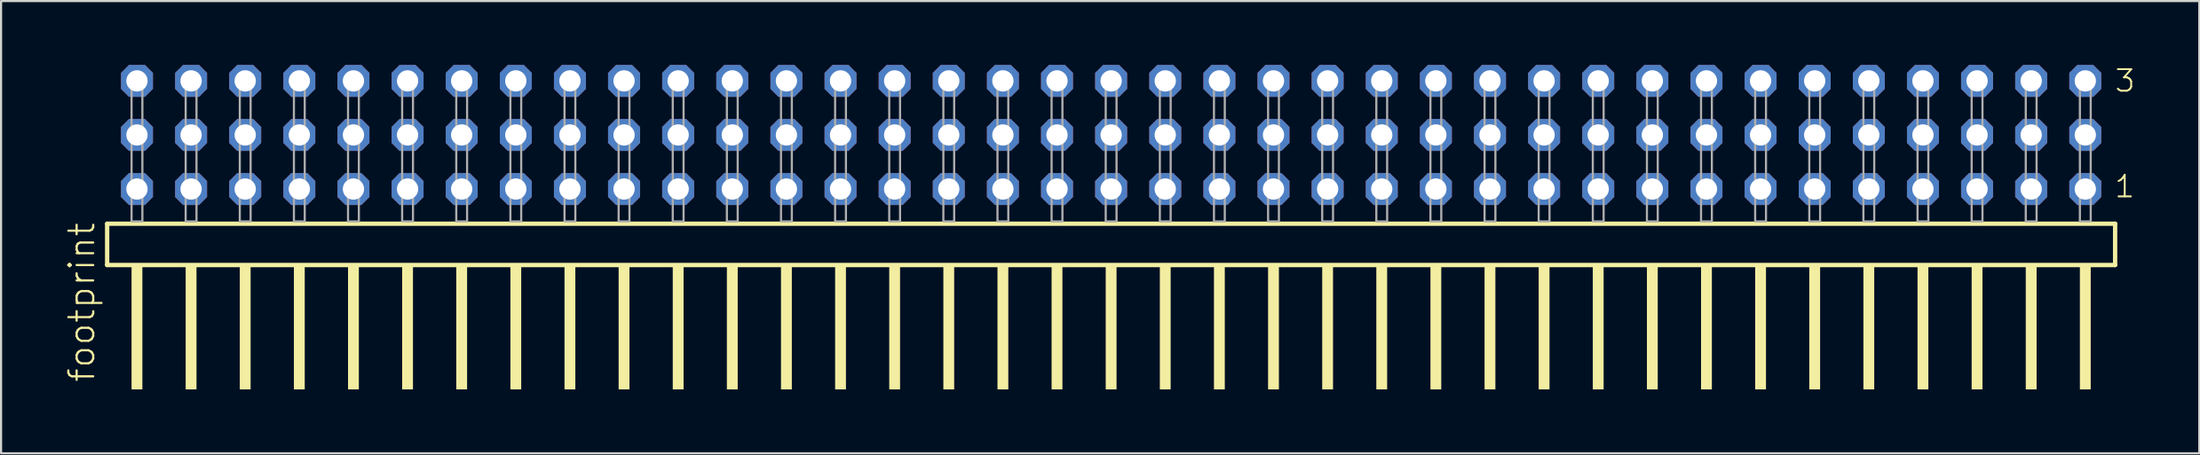
<source format=kicad_pcb>
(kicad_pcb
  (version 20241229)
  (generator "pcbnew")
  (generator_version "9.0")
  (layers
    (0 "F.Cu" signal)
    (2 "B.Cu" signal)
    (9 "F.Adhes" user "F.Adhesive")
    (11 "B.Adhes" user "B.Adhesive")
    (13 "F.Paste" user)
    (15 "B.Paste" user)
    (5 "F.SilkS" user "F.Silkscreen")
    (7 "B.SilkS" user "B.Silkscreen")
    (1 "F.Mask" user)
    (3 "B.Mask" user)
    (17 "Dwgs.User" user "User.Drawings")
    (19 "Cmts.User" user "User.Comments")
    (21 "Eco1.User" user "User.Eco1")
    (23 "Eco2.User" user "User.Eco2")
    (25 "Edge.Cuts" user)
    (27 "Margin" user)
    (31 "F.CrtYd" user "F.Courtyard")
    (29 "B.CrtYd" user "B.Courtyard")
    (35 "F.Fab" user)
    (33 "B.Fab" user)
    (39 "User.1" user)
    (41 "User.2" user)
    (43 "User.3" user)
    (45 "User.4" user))
  (footprint "footprint"
    (layer "F.Cu")
    (at 49.098 7.354)
    (property "Reference" "footprint" (at -47.625 7.62 90) (layer "F.SilkS") (effects (font (size 1.168 1.168) (thickness 0.102)) (justify left bottom)))
    (fp_line (start -47.119 0.106) (end -47.119 2.046) (stroke (width 0.203) (type solid)) (layer "F.SilkS"))
    (fp_line (start -47.119 2.046) (end 47.119 2.046) (stroke (width 0.203) (type solid)) (layer "F.SilkS"))
    (fp_line (start 47.119 0.106) (end -47.119 0.106) (stroke (width 0.203) (type solid)) (layer "F.SilkS"))
    (fp_line (start 47.119 2.046) (end 47.119 0.106) (stroke (width 0.203) (type solid)) (layer "F.SilkS"))
    (fp_poly (pts (xy -45.974 7.89) (xy -45.466 7.89) (xy -45.466 2.04) (xy -45.974 2.04)) (stroke (width 0) (type solid)) (fill yes) (layer "F.SilkS"))
    (fp_poly (pts (xy -43.434 7.89) (xy -42.926 7.89) (xy -42.926 2.04) (xy -43.434 2.04)) (stroke (width 0) (type solid)) (fill yes) (layer "F.SilkS"))
    (fp_poly (pts (xy -40.894 7.89) (xy -40.386 7.89) (xy -40.386 2.04) (xy -40.894 2.04)) (stroke (width 0) (type solid)) (fill yes) (layer "F.SilkS"))
    (fp_poly (pts (xy -38.354 7.89) (xy -37.846 7.89) (xy -37.846 2.04) (xy -38.354 2.04)) (stroke (width 0) (type solid)) (fill yes) (layer "F.SilkS"))
    (fp_poly (pts (xy -35.814 7.89) (xy -35.306 7.89) (xy -35.306 2.04) (xy -35.814 2.04)) (stroke (width 0) (type solid)) (fill yes) (layer "F.SilkS"))
    (fp_poly (pts (xy -33.274 7.89) (xy -32.766 7.89) (xy -32.766 2.04) (xy -33.274 2.04)) (stroke (width 0) (type solid)) (fill yes) (layer "F.SilkS"))
    (fp_poly (pts (xy -30.734 7.89) (xy -30.226 7.89) (xy -30.226 2.04) (xy -30.734 2.04)) (stroke (width 0) (type solid)) (fill yes) (layer "F.SilkS"))
    (fp_poly (pts (xy -28.194 7.89) (xy -27.686 7.89) (xy -27.686 2.04) (xy -28.194 2.04)) (stroke (width 0) (type solid)) (fill yes) (layer "F.SilkS"))
    (fp_poly (pts (xy -25.654 7.89) (xy -25.146 7.89) (xy -25.146 2.04) (xy -25.654 2.04)) (stroke (width 0) (type solid)) (fill yes) (layer "F.SilkS"))
    (fp_poly (pts (xy -23.114 7.89) (xy -22.606 7.89) (xy -22.606 2.04) (xy -23.114 2.04)) (stroke (width 0) (type solid)) (fill yes) (layer "F.SilkS"))
    (fp_poly (pts (xy -20.574 7.89) (xy -20.066 7.89) (xy -20.066 2.04) (xy -20.574 2.04)) (stroke (width 0) (type solid)) (fill yes) (layer "F.SilkS"))
    (fp_poly (pts (xy -18.034 7.89) (xy -17.526 7.89) (xy -17.526 2.04) (xy -18.034 2.04)) (stroke (width 0) (type solid)) (fill yes) (layer "F.SilkS"))
    (fp_poly (pts (xy -15.494 7.89) (xy -14.986 7.89) (xy -14.986 2.04) (xy -15.494 2.04)) (stroke (width 0) (type solid)) (fill yes) (layer "F.SilkS"))
    (fp_poly (pts (xy -12.954 7.89) (xy -12.446 7.89) (xy -12.446 2.04) (xy -12.954 2.04)) (stroke (width 0) (type solid)) (fill yes) (layer "F.SilkS"))
    (fp_poly (pts (xy -10.414 7.89) (xy -9.906 7.89) (xy -9.906 2.04) (xy -10.414 2.04)) (stroke (width 0) (type solid)) (fill yes) (layer "F.SilkS"))
    (fp_poly (pts (xy -7.874 7.89) (xy -7.366 7.89) (xy -7.366 2.04) (xy -7.874 2.04)) (stroke (width 0) (type solid)) (fill yes) (layer "F.SilkS"))
    (fp_poly (pts (xy -5.334 7.89) (xy -4.826 7.89) (xy -4.826 2.04) (xy -5.334 2.04)) (stroke (width 0) (type solid)) (fill yes) (layer "F.SilkS"))
    (fp_poly (pts (xy -2.794 7.89) (xy -2.286 7.89) (xy -2.286 2.04) (xy -2.794 2.04)) (stroke (width 0) (type solid)) (fill yes) (layer "F.SilkS"))
    (fp_poly (pts (xy -0.254 7.89) (xy 0.254 7.89) (xy 0.254 2.04) (xy -0.254 2.04)) (stroke (width 0) (type solid)) (fill yes) (layer "F.SilkS"))
    (fp_poly (pts (xy 2.286 7.89) (xy 2.794 7.89) (xy 2.794 2.04) (xy 2.286 2.04)) (stroke (width 0) (type solid)) (fill yes) (layer "F.SilkS"))
    (fp_poly (pts (xy 4.826 7.89) (xy 5.334 7.89) (xy 5.334 2.04) (xy 4.826 2.04)) (stroke (width 0) (type solid)) (fill yes) (layer "F.SilkS"))
    (fp_poly (pts (xy 7.366 7.89) (xy 7.874 7.89) (xy 7.874 2.04) (xy 7.366 2.04)) (stroke (width 0) (type solid)) (fill yes) (layer "F.SilkS"))
    (fp_poly (pts (xy 9.906 7.89) (xy 10.414 7.89) (xy 10.414 2.04) (xy 9.906 2.04)) (stroke (width 0) (type solid)) (fill yes) (layer "F.SilkS"))
    (fp_poly (pts (xy 12.446 7.89) (xy 12.954 7.89) (xy 12.954 2.04) (xy 12.446 2.04)) (stroke (width 0) (type solid)) (fill yes) (layer "F.SilkS"))
    (fp_poly (pts (xy 14.986 7.89) (xy 15.494 7.89) (xy 15.494 2.04) (xy 14.986 2.04)) (stroke (width 0) (type solid)) (fill yes) (layer "F.SilkS"))
    (fp_poly (pts (xy 17.526 7.89) (xy 18.034 7.89) (xy 18.034 2.04) (xy 17.526 2.04)) (stroke (width 0) (type solid)) (fill yes) (layer "F.SilkS"))
    (fp_poly (pts (xy 20.066 7.89) (xy 20.574 7.89) (xy 20.574 2.04) (xy 20.066 2.04)) (stroke (width 0) (type solid)) (fill yes) (layer "F.SilkS"))
    (fp_poly (pts (xy 22.606 7.89) (xy 23.114 7.89) (xy 23.114 2.04) (xy 22.606 2.04)) (stroke (width 0) (type solid)) (fill yes) (layer "F.SilkS"))
    (fp_poly (pts (xy 25.146 7.89) (xy 25.654 7.89) (xy 25.654 2.04) (xy 25.146 2.04)) (stroke (width 0) (type solid)) (fill yes) (layer "F.SilkS"))
    (fp_poly (pts (xy 27.686 7.89) (xy 28.194 7.89) (xy 28.194 2.04) (xy 27.686 2.04)) (stroke (width 0) (type solid)) (fill yes) (layer "F.SilkS"))
    (fp_poly (pts (xy 30.226 7.89) (xy 30.734 7.89) (xy 30.734 2.04) (xy 30.226 2.04)) (stroke (width 0) (type solid)) (fill yes) (layer "F.SilkS"))
    (fp_poly (pts (xy 32.766 7.89) (xy 33.274 7.89) (xy 33.274 2.04) (xy 32.766 2.04)) (stroke (width 0) (type solid)) (fill yes) (layer "F.SilkS"))
    (fp_poly (pts (xy 35.306 7.89) (xy 35.814 7.89) (xy 35.814 2.04) (xy 35.306 2.04)) (stroke (width 0) (type solid)) (fill yes) (layer "F.SilkS"))
    (fp_poly (pts (xy 37.846 7.89) (xy 38.354 7.89) (xy 38.354 2.04) (xy 37.846 2.04)) (stroke (width 0) (type solid)) (fill yes) (layer "F.SilkS"))
    (fp_poly (pts (xy 40.386 7.89) (xy 40.894 7.89) (xy 40.894 2.04) (xy 40.386 2.04)) (stroke (width 0) (type solid)) (fill yes) (layer "F.SilkS"))
    (fp_poly (pts (xy 42.926 7.89) (xy 43.434 7.89) (xy 43.434 2.04) (xy 42.926 2.04)) (stroke (width 0) (type solid)) (fill yes) (layer "F.SilkS"))
    (fp_poly (pts (xy 45.466 7.89) (xy 45.974 7.89) (xy 45.974 2.04) (xy 45.466 2.04)) (stroke (width 0) (type solid)) (fill yes) (layer "F.SilkS"))
    (fp_poly (pts (xy -45.974 0) (xy -45.466 0) (xy -45.466 -6.858) (xy -45.974 -6.858)) (stroke (width 0.1) (type solid)) (fill no) (layer "F.Fab"))
    (fp_poly (pts (xy -43.434 0) (xy -42.926 0) (xy -42.926 -6.858) (xy -43.434 -6.858)) (stroke (width 0.1) (type solid)) (fill no) (layer "F.Fab"))
    (fp_poly (pts (xy -40.894 0) (xy -40.386 0) (xy -40.386 -6.858) (xy -40.894 -6.858)) (stroke (width 0.1) (type solid)) (fill no) (layer "F.Fab"))
    (fp_poly (pts (xy -38.354 0) (xy -37.846 0) (xy -37.846 -6.858) (xy -38.354 -6.858)) (stroke (width 0.1) (type solid)) (fill no) (layer "F.Fab"))
    (fp_poly (pts (xy -35.814 0) (xy -35.306 0) (xy -35.306 -6.858) (xy -35.814 -6.858)) (stroke (width 0.1) (type solid)) (fill no) (layer "F.Fab"))
    (fp_poly (pts (xy -33.274 0) (xy -32.766 0) (xy -32.766 -6.858) (xy -33.274 -6.858)) (stroke (width 0.1) (type solid)) (fill no) (layer "F.Fab"))
    (fp_poly (pts (xy -30.734 0) (xy -30.226 0) (xy -30.226 -6.858) (xy -30.734 -6.858)) (stroke (width 0.1) (type solid)) (fill no) (layer "F.Fab"))
    (fp_poly (pts (xy -28.194 0) (xy -27.686 0) (xy -27.686 -6.858) (xy -28.194 -6.858)) (stroke (width 0.1) (type solid)) (fill no) (layer "F.Fab"))
    (fp_poly (pts (xy -25.654 0) (xy -25.146 0) (xy -25.146 -6.858) (xy -25.654 -6.858)) (stroke (width 0.1) (type solid)) (fill no) (layer "F.Fab"))
    (fp_poly (pts (xy -23.114 0) (xy -22.606 0) (xy -22.606 -6.858) (xy -23.114 -6.858)) (stroke (width 0.1) (type solid)) (fill no) (layer "F.Fab"))
    (fp_poly (pts (xy -20.574 0) (xy -20.066 0) (xy -20.066 -6.858) (xy -20.574 -6.858)) (stroke (width 0.1) (type solid)) (fill no) (layer "F.Fab"))
    (fp_poly (pts (xy -18.034 0) (xy -17.526 0) (xy -17.526 -6.858) (xy -18.034 -6.858)) (stroke (width 0.1) (type solid)) (fill no) (layer "F.Fab"))
    (fp_poly (pts (xy -15.494 0) (xy -14.986 0) (xy -14.986 -6.858) (xy -15.494 -6.858)) (stroke (width 0.1) (type solid)) (fill no) (layer "F.Fab"))
    (fp_poly (pts (xy -12.954 0) (xy -12.446 0) (xy -12.446 -6.858) (xy -12.954 -6.858)) (stroke (width 0.1) (type solid)) (fill no) (layer "F.Fab"))
    (fp_poly (pts (xy -10.414 0) (xy -9.906 0) (xy -9.906 -6.858) (xy -10.414 -6.858)) (stroke (width 0.1) (type solid)) (fill no) (layer "F.Fab"))
    (fp_poly (pts (xy -7.874 0) (xy -7.366 0) (xy -7.366 -6.858) (xy -7.874 -6.858)) (stroke (width 0.1) (type solid)) (fill no) (layer "F.Fab"))
    (fp_poly (pts (xy -5.334 0) (xy -4.826 0) (xy -4.826 -6.858) (xy -5.334 -6.858)) (stroke (width 0.1) (type solid)) (fill no) (layer "F.Fab"))
    (fp_poly (pts (xy -2.794 0) (xy -2.286 0) (xy -2.286 -6.858) (xy -2.794 -6.858)) (stroke (width 0.1) (type solid)) (fill no) (layer "F.Fab"))
    (fp_poly (pts (xy -0.254 0) (xy 0.254 0) (xy 0.254 -6.858) (xy -0.254 -6.858)) (stroke (width 0.1) (type solid)) (fill no) (layer "F.Fab"))
    (fp_poly (pts (xy 2.286 0) (xy 2.794 0) (xy 2.794 -6.858) (xy 2.286 -6.858)) (stroke (width 0.1) (type solid)) (fill no) (layer "F.Fab"))
    (fp_poly (pts (xy 4.826 0) (xy 5.334 0) (xy 5.334 -6.858) (xy 4.826 -6.858)) (stroke (width 0.1) (type solid)) (fill no) (layer "F.Fab"))
    (fp_poly (pts (xy 7.366 0) (xy 7.874 0) (xy 7.874 -6.858) (xy 7.366 -6.858)) (stroke (width 0.1) (type solid)) (fill no) (layer "F.Fab"))
    (fp_poly (pts (xy 9.906 0) (xy 10.414 0) (xy 10.414 -6.858) (xy 9.906 -6.858)) (stroke (width 0.1) (type solid)) (fill no) (layer "F.Fab"))
    (fp_poly (pts (xy 12.446 0) (xy 12.954 0) (xy 12.954 -6.858) (xy 12.446 -6.858)) (stroke (width 0.1) (type solid)) (fill no) (layer "F.Fab"))
    (fp_poly (pts (xy 14.986 0) (xy 15.494 0) (xy 15.494 -6.858) (xy 14.986 -6.858)) (stroke (width 0.1) (type solid)) (fill no) (layer "F.Fab"))
    (fp_poly (pts (xy 17.526 0) (xy 18.034 0) (xy 18.034 -6.858) (xy 17.526 -6.858)) (stroke (width 0.1) (type solid)) (fill no) (layer "F.Fab"))
    (fp_poly (pts (xy 20.066 0) (xy 20.574 0) (xy 20.574 -6.858) (xy 20.066 -6.858)) (stroke (width 0.1) (type solid)) (fill no) (layer "F.Fab"))
    (fp_poly (pts (xy 22.606 0) (xy 23.114 0) (xy 23.114 -6.858) (xy 22.606 -6.858)) (stroke (width 0.1) (type solid)) (fill no) (layer "F.Fab"))
    (fp_poly (pts (xy 25.146 0) (xy 25.654 0) (xy 25.654 -6.858) (xy 25.146 -6.858)) (stroke (width 0.1) (type solid)) (fill no) (layer "F.Fab"))
    (fp_poly (pts (xy 27.686 0) (xy 28.194 0) (xy 28.194 -6.858) (xy 27.686 -6.858)) (stroke (width 0.1) (type solid)) (fill no) (layer "F.Fab"))
    (fp_poly (pts (xy 30.226 0) (xy 30.734 0) (xy 30.734 -6.858) (xy 30.226 -6.858)) (stroke (width 0.1) (type solid)) (fill no) (layer "F.Fab"))
    (fp_poly (pts (xy 32.766 0) (xy 33.274 0) (xy 33.274 -6.858) (xy 32.766 -6.858)) (stroke (width 0.1) (type solid)) (fill no) (layer "F.Fab"))
    (fp_poly (pts (xy 35.306 0) (xy 35.814 0) (xy 35.814 -6.858) (xy 35.306 -6.858)) (stroke (width 0.1) (type solid)) (fill no) (layer "F.Fab"))
    (fp_poly (pts (xy 37.846 0) (xy 38.354 0) (xy 38.354 -6.858) (xy 37.846 -6.858)) (stroke (width 0.1) (type solid)) (fill no) (layer "F.Fab"))
    (fp_poly (pts (xy 40.386 0) (xy 40.894 0) (xy 40.894 -6.858) (xy 40.386 -6.858)) (stroke (width 0.1) (type solid)) (fill no) (layer "F.Fab"))
    (fp_poly (pts (xy 42.926 0) (xy 43.434 0) (xy 43.434 -6.858) (xy 42.926 -6.858)) (stroke (width 0.1) (type solid)) (fill no) (layer "F.Fab"))
    (fp_poly (pts (xy 45.466 0) (xy 45.974 0) (xy 45.974 -6.858) (xy 45.466 -6.858)) (stroke (width 0.1) (type solid)) (fill no) (layer "F.Fab"))
    (fp_text user "1" (at 47.03 -1.05 0) (layer "F.SilkS") (effects (font (size 1.012 1.012) (thickness 0.088)) (justify left bottom)))
    (fp_text user "3" (at 47.045 -6.015 0) (layer "F.SilkS") (effects (font (size 1.012 1.012) (thickness 0.088)) (justify left bottom)))
    (pad "1" thru_hole roundrect (at 45.72 -1.524 180) (size 1.5 1.5) (drill 1) (layers "*.Cu" "*.Mask") (roundrect_rratio 0.25) (chamfer_ratio 0.25) (chamfer top_left top_right bottom_left bottom_right))
    (pad "2" thru_hole roundrect (at 45.72 -4.064 180) (size 1.5 1.5) (drill 1) (layers "*.Cu" "*.Mask") (roundrect_rratio 0.25) (chamfer_ratio 0.25) (chamfer top_left top_right bottom_left bottom_right))
    (pad "3" thru_hole roundrect (at 45.72 -6.604 180) (size 1.5 1.5) (drill 1) (layers "*.Cu" "*.Mask") (roundrect_rratio 0.25) (chamfer_ratio 0.25) (chamfer top_left top_right bottom_left bottom_right))
    (pad "4" thru_hole roundrect (at 43.18 -1.524 180) (size 1.5 1.5) (drill 1) (layers "*.Cu" "*.Mask") (roundrect_rratio 0.25) (chamfer_ratio 0.25) (chamfer top_left top_right bottom_left bottom_right))
    (pad "5" thru_hole roundrect (at 43.18 -4.064 180) (size 1.5 1.5) (drill 1) (layers "*.Cu" "*.Mask") (roundrect_rratio 0.25) (chamfer_ratio 0.25) (chamfer top_left top_right bottom_left bottom_right))
    (pad "6" thru_hole roundrect (at 43.18 -6.604 180) (size 1.5 1.5) (drill 1) (layers "*.Cu" "*.Mask") (roundrect_rratio 0.25) (chamfer_ratio 0.25) (chamfer top_left top_right bottom_left bottom_right))
    (pad "7" thru_hole roundrect (at 40.64 -1.524 180) (size 1.5 1.5) (drill 1) (layers "*.Cu" "*.Mask") (roundrect_rratio 0.25) (chamfer_ratio 0.25) (chamfer top_left top_right bottom_left bottom_right))
    (pad "8" thru_hole roundrect (at 40.64 -4.064 180) (size 1.5 1.5) (drill 1) (layers "*.Cu" "*.Mask") (roundrect_rratio 0.25) (chamfer_ratio 0.25) (chamfer top_left top_right bottom_left bottom_right))
    (pad "9" thru_hole roundrect (at 40.64 -6.604 180) (size 1.5 1.5) (drill 1) (layers "*.Cu" "*.Mask") (roundrect_rratio 0.25) (chamfer_ratio 0.25) (chamfer top_left top_right bottom_left bottom_right))
    (pad "10" thru_hole roundrect (at 38.1 -1.524 180) (size 1.5 1.5) (drill 1) (layers "*.Cu" "*.Mask") (roundrect_rratio 0.25) (chamfer_ratio 0.25) (chamfer top_left top_right bottom_left bottom_right))
    (pad "11" thru_hole roundrect (at 38.1 -4.064 180) (size 1.5 1.5) (drill 1) (layers "*.Cu" "*.Mask") (roundrect_rratio 0.25) (chamfer_ratio 0.25) (chamfer top_left top_right bottom_left bottom_right))
    (pad "12" thru_hole roundrect (at 38.1 -6.604 180) (size 1.5 1.5) (drill 1) (layers "*.Cu" "*.Mask") (roundrect_rratio 0.25) (chamfer_ratio 0.25) (chamfer top_left top_right bottom_left bottom_right))
    (pad "13" thru_hole roundrect (at 35.56 -1.524 180) (size 1.5 1.5) (drill 1) (layers "*.Cu" "*.Mask") (roundrect_rratio 0.25) (chamfer_ratio 0.25) (chamfer top_left top_right bottom_left bottom_right))
    (pad "14" thru_hole roundrect (at 35.56 -4.064 180) (size 1.5 1.5) (drill 1) (layers "*.Cu" "*.Mask") (roundrect_rratio 0.25) (chamfer_ratio 0.25) (chamfer top_left top_right bottom_left bottom_right))
    (pad "15" thru_hole roundrect (at 35.56 -6.604 180) (size 1.5 1.5) (drill 1) (layers "*.Cu" "*.Mask") (roundrect_rratio 0.25) (chamfer_ratio 0.25) (chamfer top_left top_right bottom_left bottom_right))
    (pad "16" thru_hole roundrect (at 33.02 -1.524 180) (size 1.5 1.5) (drill 1) (layers "*.Cu" "*.Mask") (roundrect_rratio 0.25) (chamfer_ratio 0.25) (chamfer top_left top_right bottom_left bottom_right))
    (pad "17" thru_hole roundrect (at 33.02 -4.064 180) (size 1.5 1.5) (drill 1) (layers "*.Cu" "*.Mask") (roundrect_rratio 0.25) (chamfer_ratio 0.25) (chamfer top_left top_right bottom_left bottom_right))
    (pad "18" thru_hole roundrect (at 33.02 -6.604 180) (size 1.5 1.5) (drill 1) (layers "*.Cu" "*.Mask") (roundrect_rratio 0.25) (chamfer_ratio 0.25) (chamfer top_left top_right bottom_left bottom_right))
    (pad "19" thru_hole roundrect (at 30.48 -1.524 180) (size 1.5 1.5) (drill 1) (layers "*.Cu" "*.Mask") (roundrect_rratio 0.25) (chamfer_ratio 0.25) (chamfer top_left top_right bottom_left bottom_right))
    (pad "20" thru_hole roundrect (at 30.48 -4.064 180) (size 1.5 1.5) (drill 1) (layers "*.Cu" "*.Mask") (roundrect_rratio 0.25) (chamfer_ratio 0.25) (chamfer top_left top_right bottom_left bottom_right))
    (pad "21" thru_hole roundrect (at 30.48 -6.604 180) (size 1.5 1.5) (drill 1) (layers "*.Cu" "*.Mask") (roundrect_rratio 0.25) (chamfer_ratio 0.25) (chamfer top_left top_right bottom_left bottom_right))
    (pad "22" thru_hole roundrect (at 27.94 -1.524 180) (size 1.5 1.5) (drill 1) (layers "*.Cu" "*.Mask") (roundrect_rratio 0.25) (chamfer_ratio 0.25) (chamfer top_left top_right bottom_left bottom_right))
    (pad "23" thru_hole roundrect (at 27.94 -4.064 180) (size 1.5 1.5) (drill 1) (layers "*.Cu" "*.Mask") (roundrect_rratio 0.25) (chamfer_ratio 0.25) (chamfer top_left top_right bottom_left bottom_right))
    (pad "24" thru_hole roundrect (at 27.94 -6.604 180) (size 1.5 1.5) (drill 1) (layers "*.Cu" "*.Mask") (roundrect_rratio 0.25) (chamfer_ratio 0.25) (chamfer top_left top_right bottom_left bottom_right))
    (pad "25" thru_hole roundrect (at 25.4 -1.524 180) (size 1.5 1.5) (drill 1) (layers "*.Cu" "*.Mask") (roundrect_rratio 0.25) (chamfer_ratio 0.25) (chamfer top_left top_right bottom_left bottom_right))
    (pad "26" thru_hole roundrect (at 25.4 -4.064 180) (size 1.5 1.5) (drill 1) (layers "*.Cu" "*.Mask") (roundrect_rratio 0.25) (chamfer_ratio 0.25) (chamfer top_left top_right bottom_left bottom_right))
    (pad "27" thru_hole roundrect (at 25.4 -6.604 180) (size 1.5 1.5) (drill 1) (layers "*.Cu" "*.Mask") (roundrect_rratio 0.25) (chamfer_ratio 0.25) (chamfer top_left top_right bottom_left bottom_right))
    (pad "28" thru_hole roundrect (at 22.86 -1.524 180) (size 1.5 1.5) (drill 1) (layers "*.Cu" "*.Mask") (roundrect_rratio 0.25) (chamfer_ratio 0.25) (chamfer top_left top_right bottom_left bottom_right))
    (pad "29" thru_hole roundrect (at 22.86 -4.064 180) (size 1.5 1.5) (drill 1) (layers "*.Cu" "*.Mask") (roundrect_rratio 0.25) (chamfer_ratio 0.25) (chamfer top_left top_right bottom_left bottom_right))
    (pad "30" thru_hole roundrect (at 22.86 -6.604 180) (size 1.5 1.5) (drill 1) (layers "*.Cu" "*.Mask") (roundrect_rratio 0.25) (chamfer_ratio 0.25) (chamfer top_left top_right bottom_left bottom_right))
    (pad "31" thru_hole roundrect (at 20.32 -1.524 180) (size 1.5 1.5) (drill 1) (layers "*.Cu" "*.Mask") (roundrect_rratio 0.25) (chamfer_ratio 0.25) (chamfer top_left top_right bottom_left bottom_right))
    (pad "32" thru_hole roundrect (at 20.32 -4.064 180) (size 1.5 1.5) (drill 1) (layers "*.Cu" "*.Mask") (roundrect_rratio 0.25) (chamfer_ratio 0.25) (chamfer top_left top_right bottom_left bottom_right))
    (pad "33" thru_hole roundrect (at 20.32 -6.604 180) (size 1.5 1.5) (drill 1) (layers "*.Cu" "*.Mask") (roundrect_rratio 0.25) (chamfer_ratio 0.25) (chamfer top_left top_right bottom_left bottom_right))
    (pad "34" thru_hole roundrect (at 17.78 -1.524 180) (size 1.5 1.5) (drill 1) (layers "*.Cu" "*.Mask") (roundrect_rratio 0.25) (chamfer_ratio 0.25) (chamfer top_left top_right bottom_left bottom_right))
    (pad "35" thru_hole roundrect (at 17.78 -4.064 180) (size 1.5 1.5) (drill 1) (layers "*.Cu" "*.Mask") (roundrect_rratio 0.25) (chamfer_ratio 0.25) (chamfer top_left top_right bottom_left bottom_right))
    (pad "36" thru_hole roundrect (at 17.78 -6.604 180) (size 1.5 1.5) (drill 1) (layers "*.Cu" "*.Mask") (roundrect_rratio 0.25) (chamfer_ratio 0.25) (chamfer top_left top_right bottom_left bottom_right))
    (pad "37" thru_hole roundrect (at 15.24 -1.524 180) (size 1.5 1.5) (drill 1) (layers "*.Cu" "*.Mask") (roundrect_rratio 0.25) (chamfer_ratio 0.25) (chamfer top_left top_right bottom_left bottom_right))
    (pad "38" thru_hole roundrect (at 15.24 -4.064 180) (size 1.5 1.5) (drill 1) (layers "*.Cu" "*.Mask") (roundrect_rratio 0.25) (chamfer_ratio 0.25) (chamfer top_left top_right bottom_left bottom_right))
    (pad "39" thru_hole roundrect (at 15.24 -6.604 180) (size 1.5 1.5) (drill 1) (layers "*.Cu" "*.Mask") (roundrect_rratio 0.25) (chamfer_ratio 0.25) (chamfer top_left top_right bottom_left bottom_right))
    (pad "40" thru_hole roundrect (at 12.7 -1.524 180) (size 1.5 1.5) (drill 1) (layers "*.Cu" "*.Mask") (roundrect_rratio 0.25) (chamfer_ratio 0.25) (chamfer top_left top_right bottom_left bottom_right))
    (pad "41" thru_hole roundrect (at 12.7 -4.064 180) (size 1.5 1.5) (drill 1) (layers "*.Cu" "*.Mask") (roundrect_rratio 0.25) (chamfer_ratio 0.25) (chamfer top_left top_right bottom_left bottom_right))
    (pad "42" thru_hole roundrect (at 12.7 -6.604 180) (size 1.5 1.5) (drill 1) (layers "*.Cu" "*.Mask") (roundrect_rratio 0.25) (chamfer_ratio 0.25) (chamfer top_left top_right bottom_left bottom_right))
    (pad "43" thru_hole roundrect (at 10.16 -1.524 180) (size 1.5 1.5) (drill 1) (layers "*.Cu" "*.Mask") (roundrect_rratio 0.25) (chamfer_ratio 0.25) (chamfer top_left top_right bottom_left bottom_right))
    (pad "44" thru_hole roundrect (at 10.16 -4.064 180) (size 1.5 1.5) (drill 1) (layers "*.Cu" "*.Mask") (roundrect_rratio 0.25) (chamfer_ratio 0.25) (chamfer top_left top_right bottom_left bottom_right))
    (pad "45" thru_hole roundrect (at 10.16 -6.604 180) (size 1.5 1.5) (drill 1) (layers "*.Cu" "*.Mask") (roundrect_rratio 0.25) (chamfer_ratio 0.25) (chamfer top_left top_right bottom_left bottom_right))
    (pad "46" thru_hole roundrect (at 7.62 -1.524 180) (size 1.5 1.5) (drill 1) (layers "*.Cu" "*.Mask") (roundrect_rratio 0.25) (chamfer_ratio 0.25) (chamfer top_left top_right bottom_left bottom_right))
    (pad "47" thru_hole roundrect (at 7.62 -4.064 180) (size 1.5 1.5) (drill 1) (layers "*.Cu" "*.Mask") (roundrect_rratio 0.25) (chamfer_ratio 0.25) (chamfer top_left top_right bottom_left bottom_right))
    (pad "48" thru_hole roundrect (at 7.62 -6.604 180) (size 1.5 1.5) (drill 1) (layers "*.Cu" "*.Mask") (roundrect_rratio 0.25) (chamfer_ratio 0.25) (chamfer top_left top_right bottom_left bottom_right))
    (pad "49" thru_hole roundrect (at 5.08 -1.524 180) (size 1.5 1.5) (drill 1) (layers "*.Cu" "*.Mask") (roundrect_rratio 0.25) (chamfer_ratio 0.25) (chamfer top_left top_right bottom_left bottom_right))
    (pad "50" thru_hole roundrect (at 5.08 -4.064 180) (size 1.5 1.5) (drill 1) (layers "*.Cu" "*.Mask") (roundrect_rratio 0.25) (chamfer_ratio 0.25) (chamfer top_left top_right bottom_left bottom_right))
    (pad "51" thru_hole roundrect (at 5.08 -6.604 180) (size 1.5 1.5) (drill 1) (layers "*.Cu" "*.Mask") (roundrect_rratio 0.25) (chamfer_ratio 0.25) (chamfer top_left top_right bottom_left bottom_right))
    (pad "52" thru_hole roundrect (at 2.54 -1.524 180) (size 1.5 1.5) (drill 1) (layers "*.Cu" "*.Mask") (roundrect_rratio 0.25) (chamfer_ratio 0.25) (chamfer top_left top_right bottom_left bottom_right))
    (pad "53" thru_hole roundrect (at 2.54 -4.064 180) (size 1.5 1.5) (drill 1) (layers "*.Cu" "*.Mask") (roundrect_rratio 0.25) (chamfer_ratio 0.25) (chamfer top_left top_right bottom_left bottom_right))
    (pad "54" thru_hole roundrect (at 2.54 -6.604 180) (size 1.5 1.5) (drill 1) (layers "*.Cu" "*.Mask") (roundrect_rratio 0.25) (chamfer_ratio 0.25) (chamfer top_left top_right bottom_left bottom_right))
    (pad "55" thru_hole roundrect (at 0 -1.524 180) (size 1.5 1.5) (drill 1) (layers "*.Cu" "*.Mask") (roundrect_rratio 0.25) (chamfer_ratio 0.25) (chamfer top_left top_right bottom_left bottom_right))
    (pad "56" thru_hole roundrect (at 0 -4.064 180) (size 1.5 1.5) (drill 1) (layers "*.Cu" "*.Mask") (roundrect_rratio 0.25) (chamfer_ratio 0.25) (chamfer top_left top_right bottom_left bottom_right))
    (pad "57" thru_hole roundrect (at 0 -6.604 180) (size 1.5 1.5) (drill 1) (layers "*.Cu" "*.Mask") (roundrect_rratio 0.25) (chamfer_ratio 0.25) (chamfer top_left top_right bottom_left bottom_right))
    (pad "58" thru_hole roundrect (at -2.54 -1.524 180) (size 1.5 1.5) (drill 1) (layers "*.Cu" "*.Mask") (roundrect_rratio 0.25) (chamfer_ratio 0.25) (chamfer top_left top_right bottom_left bottom_right))
    (pad "59" thru_hole roundrect (at -2.54 -4.064 180) (size 1.5 1.5) (drill 1) (layers "*.Cu" "*.Mask") (roundrect_rratio 0.25) (chamfer_ratio 0.25) (chamfer top_left top_right bottom_left bottom_right))
    (pad "60" thru_hole roundrect (at -2.54 -6.604 180) (size 1.5 1.5) (drill 1) (layers "*.Cu" "*.Mask") (roundrect_rratio 0.25) (chamfer_ratio 0.25) (chamfer top_left top_right bottom_left bottom_right))
    (pad "61" thru_hole roundrect (at -5.08 -1.524 180) (size 1.5 1.5) (drill 1) (layers "*.Cu" "*.Mask") (roundrect_rratio 0.25) (chamfer_ratio 0.25) (chamfer top_left top_right bottom_left bottom_right))
    (pad "62" thru_hole roundrect (at -5.08 -4.064 180) (size 1.5 1.5) (drill 1) (layers "*.Cu" "*.Mask") (roundrect_rratio 0.25) (chamfer_ratio 0.25) (chamfer top_left top_right bottom_left bottom_right))
    (pad "63" thru_hole roundrect (at -5.08 -6.604 180) (size 1.5 1.5) (drill 1) (layers "*.Cu" "*.Mask") (roundrect_rratio 0.25) (chamfer_ratio 0.25) (chamfer top_left top_right bottom_left bottom_right))
    (pad "64" thru_hole roundrect (at -7.62 -1.524 180) (size 1.5 1.5) (drill 1) (layers "*.Cu" "*.Mask") (roundrect_rratio 0.25) (chamfer_ratio 0.25) (chamfer top_left top_right bottom_left bottom_right))
    (pad "65" thru_hole roundrect (at -7.62 -4.064 180) (size 1.5 1.5) (drill 1) (layers "*.Cu" "*.Mask") (roundrect_rratio 0.25) (chamfer_ratio 0.25) (chamfer top_left top_right bottom_left bottom_right))
    (pad "66" thru_hole roundrect (at -7.62 -6.604 180) (size 1.5 1.5) (drill 1) (layers "*.Cu" "*.Mask") (roundrect_rratio 0.25) (chamfer_ratio 0.25) (chamfer top_left top_right bottom_left bottom_right))
    (pad "67" thru_hole roundrect (at -10.16 -1.524 180) (size 1.5 1.5) (drill 1) (layers "*.Cu" "*.Mask") (roundrect_rratio 0.25) (chamfer_ratio 0.25) (chamfer top_left top_right bottom_left bottom_right))
    (pad "68" thru_hole roundrect (at -10.16 -4.064 180) (size 1.5 1.5) (drill 1) (layers "*.Cu" "*.Mask") (roundrect_rratio 0.25) (chamfer_ratio 0.25) (chamfer top_left top_right bottom_left bottom_right))
    (pad "69" thru_hole roundrect (at -10.16 -6.604 180) (size 1.5 1.5) (drill 1) (layers "*.Cu" "*.Mask") (roundrect_rratio 0.25) (chamfer_ratio 0.25) (chamfer top_left top_right bottom_left bottom_right))
    (pad "70" thru_hole roundrect (at -12.7 -1.524 180) (size 1.5 1.5) (drill 1) (layers "*.Cu" "*.Mask") (roundrect_rratio 0.25) (chamfer_ratio 0.25) (chamfer top_left top_right bottom_left bottom_right))
    (pad "71" thru_hole roundrect (at -12.7 -4.064 180) (size 1.5 1.5) (drill 1) (layers "*.Cu" "*.Mask") (roundrect_rratio 0.25) (chamfer_ratio 0.25) (chamfer top_left top_right bottom_left bottom_right))
    (pad "72" thru_hole roundrect (at -12.7 -6.604 180) (size 1.5 1.5) (drill 1) (layers "*.Cu" "*.Mask") (roundrect_rratio 0.25) (chamfer_ratio 0.25) (chamfer top_left top_right bottom_left bottom_right))
    (pad "73" thru_hole roundrect (at -15.24 -1.524 180) (size 1.5 1.5) (drill 1) (layers "*.Cu" "*.Mask") (roundrect_rratio 0.25) (chamfer_ratio 0.25) (chamfer top_left top_right bottom_left bottom_right))
    (pad "74" thru_hole roundrect (at -15.24 -4.064 180) (size 1.5 1.5) (drill 1) (layers "*.Cu" "*.Mask") (roundrect_rratio 0.25) (chamfer_ratio 0.25) (chamfer top_left top_right bottom_left bottom_right))
    (pad "75" thru_hole roundrect (at -15.24 -6.604 180) (size 1.5 1.5) (drill 1) (layers "*.Cu" "*.Mask") (roundrect_rratio 0.25) (chamfer_ratio 0.25) (chamfer top_left top_right bottom_left bottom_right))
    (pad "76" thru_hole roundrect (at -17.78 -1.524 180) (size 1.5 1.5) (drill 1) (layers "*.Cu" "*.Mask") (roundrect_rratio 0.25) (chamfer_ratio 0.25) (chamfer top_left top_right bottom_left bottom_right))
    (pad "77" thru_hole roundrect (at -17.78 -4.064 180) (size 1.5 1.5) (drill 1) (layers "*.Cu" "*.Mask") (roundrect_rratio 0.25) (chamfer_ratio 0.25) (chamfer top_left top_right bottom_left bottom_right))
    (pad "78" thru_hole roundrect (at -17.78 -6.604 180) (size 1.5 1.5) (drill 1) (layers "*.Cu" "*.Mask") (roundrect_rratio 0.25) (chamfer_ratio 0.25) (chamfer top_left top_right bottom_left bottom_right))
    (pad "79" thru_hole roundrect (at -20.32 -1.524 180) (size 1.5 1.5) (drill 1) (layers "*.Cu" "*.Mask") (roundrect_rratio 0.25) (chamfer_ratio 0.25) (chamfer top_left top_right bottom_left bottom_right))
    (pad "80" thru_hole roundrect (at -20.32 -4.064 180) (size 1.5 1.5) (drill 1) (layers "*.Cu" "*.Mask") (roundrect_rratio 0.25) (chamfer_ratio 0.25) (chamfer top_left top_right bottom_left bottom_right))
    (pad "81" thru_hole roundrect (at -20.32 -6.604 180) (size 1.5 1.5) (drill 1) (layers "*.Cu" "*.Mask") (roundrect_rratio 0.25) (chamfer_ratio 0.25) (chamfer top_left top_right bottom_left bottom_right))
    (pad "82" thru_hole roundrect (at -22.86 -1.524 180) (size 1.5 1.5) (drill 1) (layers "*.Cu" "*.Mask") (roundrect_rratio 0.25) (chamfer_ratio 0.25) (chamfer top_left top_right bottom_left bottom_right))
    (pad "83" thru_hole roundrect (at -22.86 -4.064 180) (size 1.5 1.5) (drill 1) (layers "*.Cu" "*.Mask") (roundrect_rratio 0.25) (chamfer_ratio 0.25) (chamfer top_left top_right bottom_left bottom_right))
    (pad "84" thru_hole roundrect (at -22.86 -6.604 180) (size 1.5 1.5) (drill 1) (layers "*.Cu" "*.Mask") (roundrect_rratio 0.25) (chamfer_ratio 0.25) (chamfer top_left top_right bottom_left bottom_right))
    (pad "85" thru_hole roundrect (at -25.4 -1.524 180) (size 1.5 1.5) (drill 1) (layers "*.Cu" "*.Mask") (roundrect_rratio 0.25) (chamfer_ratio 0.25) (chamfer top_left top_right bottom_left bottom_right))
    (pad "86" thru_hole roundrect (at -25.4 -4.064 180) (size 1.5 1.5) (drill 1) (layers "*.Cu" "*.Mask") (roundrect_rratio 0.25) (chamfer_ratio 0.25) (chamfer top_left top_right bottom_left bottom_right))
    (pad "87" thru_hole roundrect (at -25.4 -6.604 180) (size 1.5 1.5) (drill 1) (layers "*.Cu" "*.Mask") (roundrect_rratio 0.25) (chamfer_ratio 0.25) (chamfer top_left top_right bottom_left bottom_right))
    (pad "88" thru_hole roundrect (at -27.94 -1.524 180) (size 1.5 1.5) (drill 1) (layers "*.Cu" "*.Mask") (roundrect_rratio 0.25) (chamfer_ratio 0.25) (chamfer top_left top_right bottom_left bottom_right))
    (pad "89" thru_hole roundrect (at -27.94 -4.064 180) (size 1.5 1.5) (drill 1) (layers "*.Cu" "*.Mask") (roundrect_rratio 0.25) (chamfer_ratio 0.25) (chamfer top_left top_right bottom_left bottom_right))
    (pad "90" thru_hole roundrect (at -27.94 -6.604 180) (size 1.5 1.5) (drill 1) (layers "*.Cu" "*.Mask") (roundrect_rratio 0.25) (chamfer_ratio 0.25) (chamfer top_left top_right bottom_left bottom_right))
    (pad "91" thru_hole roundrect (at -30.48 -1.524 180) (size 1.5 1.5) (drill 1) (layers "*.Cu" "*.Mask") (roundrect_rratio 0.25) (chamfer_ratio 0.25) (chamfer top_left top_right bottom_left bottom_right))
    (pad "92" thru_hole roundrect (at -30.48 -4.064 180) (size 1.5 1.5) (drill 1) (layers "*.Cu" "*.Mask") (roundrect_rratio 0.25) (chamfer_ratio 0.25) (chamfer top_left top_right bottom_left bottom_right))
    (pad "93" thru_hole roundrect (at -30.48 -6.604 180) (size 1.5 1.5) (drill 1) (layers "*.Cu" "*.Mask") (roundrect_rratio 0.25) (chamfer_ratio 0.25) (chamfer top_left top_right bottom_left bottom_right))
    (pad "94" thru_hole roundrect (at -33.02 -1.524 180) (size 1.5 1.5) (drill 1) (layers "*.Cu" "*.Mask") (roundrect_rratio 0.25) (chamfer_ratio 0.25) (chamfer top_left top_right bottom_left bottom_right))
    (pad "95" thru_hole roundrect (at -33.02 -4.064 180) (size 1.5 1.5) (drill 1) (layers "*.Cu" "*.Mask") (roundrect_rratio 0.25) (chamfer_ratio 0.25) (chamfer top_left top_right bottom_left bottom_right))
    (pad "96" thru_hole roundrect (at -33.02 -6.604 180) (size 1.5 1.5) (drill 1) (layers "*.Cu" "*.Mask") (roundrect_rratio 0.25) (chamfer_ratio 0.25) (chamfer top_left top_right bottom_left bottom_right))
    (pad "97" thru_hole roundrect (at -35.56 -1.524 180) (size 1.5 1.5) (drill 1) (layers "*.Cu" "*.Mask") (roundrect_rratio 0.25) (chamfer_ratio 0.25) (chamfer top_left top_right bottom_left bottom_right))
    (pad "98" thru_hole roundrect (at -35.56 -4.064 180) (size 1.5 1.5) (drill 1) (layers "*.Cu" "*.Mask") (roundrect_rratio 0.25) (chamfer_ratio 0.25) (chamfer top_left top_right bottom_left bottom_right))
    (pad "99" thru_hole roundrect (at -35.56 -6.604 180) (size 1.5 1.5) (drill 1) (layers "*.Cu" "*.Mask") (roundrect_rratio 0.25) (chamfer_ratio 0.25) (chamfer top_left top_right bottom_left bottom_right))
    (pad "100" thru_hole roundrect (at -38.1 -1.524 180) (size 1.5 1.5) (drill 1) (layers "*.Cu" "*.Mask") (roundrect_rratio 0.25) (chamfer_ratio 0.25) (chamfer top_left top_right bottom_left bottom_right))
    (pad "101" thru_hole roundrect (at -38.1 -4.064 180) (size 1.5 1.5) (drill 1) (layers "*.Cu" "*.Mask") (roundrect_rratio 0.25) (chamfer_ratio 0.25) (chamfer top_left top_right bottom_left bottom_right))
    (pad "102" thru_hole roundrect (at -38.1 -6.604 180) (size 1.5 1.5) (drill 1) (layers "*.Cu" "*.Mask") (roundrect_rratio 0.25) (chamfer_ratio 0.25) (chamfer top_left top_right bottom_left bottom_right))
    (pad "103" thru_hole roundrect (at -40.64 -1.524 180) (size 1.5 1.5) (drill 1) (layers "*.Cu" "*.Mask") (roundrect_rratio 0.25) (chamfer_ratio 0.25) (chamfer top_left top_right bottom_left bottom_right))
    (pad "104" thru_hole roundrect (at -40.64 -4.064 180) (size 1.5 1.5) (drill 1) (layers "*.Cu" "*.Mask") (roundrect_rratio 0.25) (chamfer_ratio 0.25) (chamfer top_left top_right bottom_left bottom_right))
    (pad "105" thru_hole roundrect (at -40.64 -6.604 180) (size 1.5 1.5) (drill 1) (layers "*.Cu" "*.Mask") (roundrect_rratio 0.25) (chamfer_ratio 0.25) (chamfer top_left top_right bottom_left bottom_right))
    (pad "106" thru_hole roundrect (at -43.18 -1.524 180) (size 1.5 1.5) (drill 1) (layers "*.Cu" "*.Mask") (roundrect_rratio 0.25) (chamfer_ratio 0.25) (chamfer top_left top_right bottom_left bottom_right))
    (pad "107" thru_hole roundrect (at -43.18 -4.064 180) (size 1.5 1.5) (drill 1) (layers "*.Cu" "*.Mask") (roundrect_rratio 0.25) (chamfer_ratio 0.25) (chamfer top_left top_right bottom_left bottom_right))
    (pad "108" thru_hole roundrect (at -43.18 -6.604 180) (size 1.5 1.5) (drill 1) (layers "*.Cu" "*.Mask") (roundrect_rratio 0.25) (chamfer_ratio 0.25) (chamfer top_left top_right bottom_left bottom_right))
    (pad "109" thru_hole roundrect (at -45.72 -1.524 180) (size 1.5 1.5) (drill 1) (layers "*.Cu" "*.Mask") (roundrect_rratio 0.25) (chamfer_ratio 0.25) (chamfer top_left top_right bottom_left bottom_right))
    (pad "110" thru_hole roundrect (at -45.72 -4.064 180) (size 1.5 1.5) (drill 1) (layers "*.Cu" "*.Mask") (roundrect_rratio 0.25) (chamfer_ratio 0.25) (chamfer top_left top_right bottom_left bottom_right))
    (pad "111" thru_hole roundrect (at -45.72 -6.604 180) (size 1.5 1.5) (drill 1) (layers "*.Cu" "*.Mask") (roundrect_rratio 0.25) (chamfer_ratio 0.25) (chamfer top_left top_right bottom_left bottom_right)))
  (gr_rect
    (start -3 -3)
    (end 100.169 18.244)
    (stroke (width 0.1) (type default))
    (fill no)
    (layer "Edge.Cuts")))
</source>
